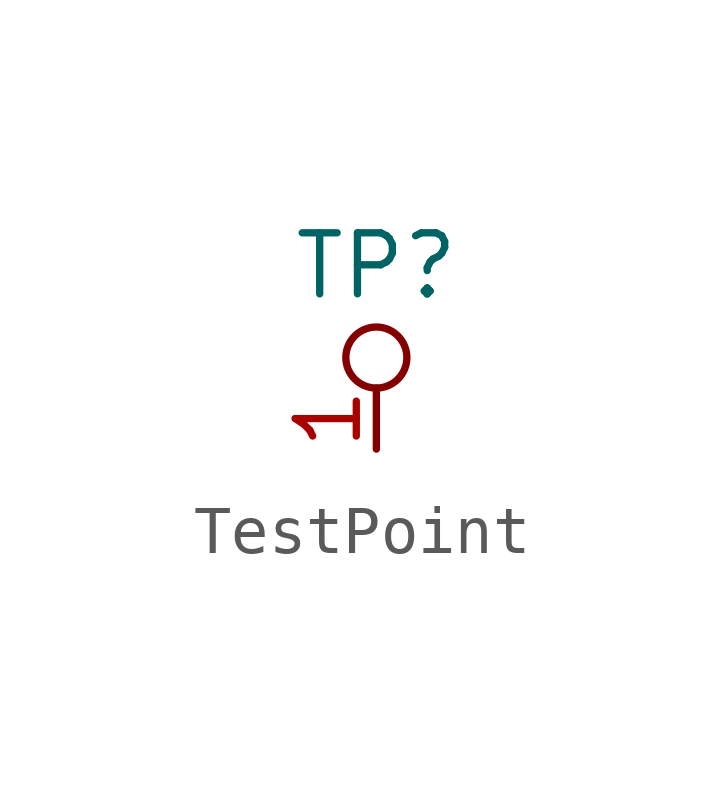
<source format=kicad_sym>
(kicad_symbol_lib
  (version 20231120)
  (generator "kicad_symbol_editor")
  (generator_version "8.0")
  (symbol "TestPoint"
    (property "Reference" "TP"
      (at 0 3.81 0)
      (effects (font (size 1.27 1.27))))
    (symbol "TestPoint_0_1"
      (circle (center 0 1.905) (radius 0.635) (stroke (width 0) (type default)) (fill (type none))))
    (symbol "TestPoint_1_1"
      (pin passive line (at 0 0 90) (length 1.27) (name "" (effects (font (size 1.27 1.27)))) (number "1" (effects (font (size 1.27 1.27))))))))
</source>
